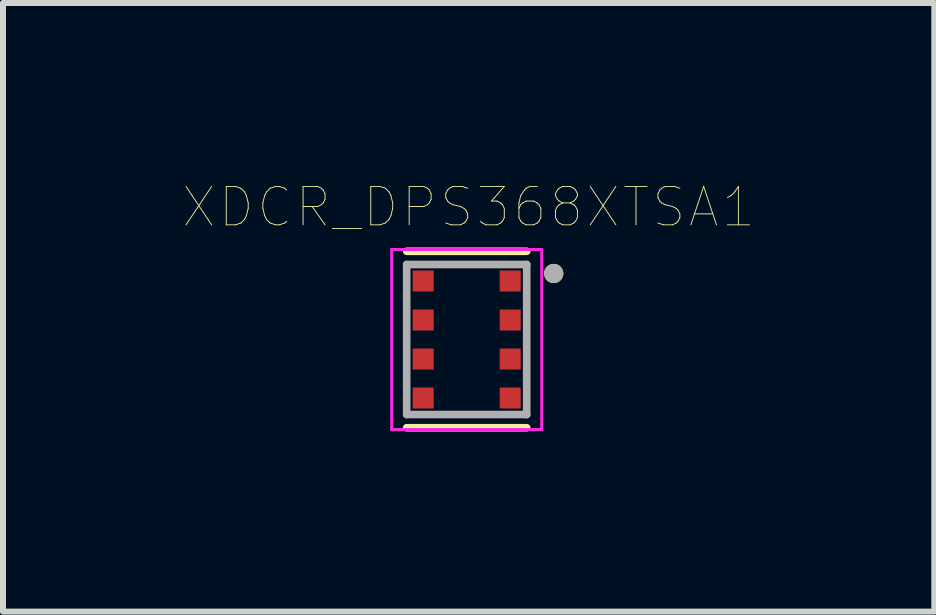
<source format=kicad_pcb>
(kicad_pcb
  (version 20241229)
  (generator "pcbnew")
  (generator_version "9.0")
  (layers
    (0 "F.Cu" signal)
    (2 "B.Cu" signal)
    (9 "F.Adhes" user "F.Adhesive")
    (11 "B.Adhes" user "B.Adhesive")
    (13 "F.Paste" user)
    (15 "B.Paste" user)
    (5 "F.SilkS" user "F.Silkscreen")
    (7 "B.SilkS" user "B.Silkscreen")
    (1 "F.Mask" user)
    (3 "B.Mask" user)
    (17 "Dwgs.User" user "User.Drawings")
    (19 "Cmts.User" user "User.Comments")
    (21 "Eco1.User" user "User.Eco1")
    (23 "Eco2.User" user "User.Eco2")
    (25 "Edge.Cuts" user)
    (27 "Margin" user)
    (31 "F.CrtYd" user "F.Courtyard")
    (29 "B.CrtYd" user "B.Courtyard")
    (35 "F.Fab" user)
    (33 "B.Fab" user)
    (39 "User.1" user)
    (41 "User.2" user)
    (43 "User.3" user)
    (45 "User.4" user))
  (footprint "XDCR_DPS368XTSA1"
    (layer "F.Cu")
    (at 4.726 2.607)
    (property "Reference" "XDCR_DPS368XTSA1" (at 0.032 -2.206 0) (layer "F.SilkS") (effects (font (size 0.64 0.64) (thickness 0.015))))
    (attr through_hole)
    (fp_line (start -1 -1.47) (end 1 -1.47) (stroke (width 0.127) (type solid)) (layer "F.SilkS"))
    (fp_line (start -1 1.47) (end 1 1.47) (stroke (width 0.127) (type solid)) (layer "F.SilkS"))
    (fp_circle (center 1.45 -1.1) (end 1.53 -1.1) (stroke (width 0.16) (type solid)) (fill no) (layer "F.SilkS"))
    (fp_circle (center -0.725 -0.975) (end -0.637 -0.975) (stroke (width 0.175) (type solid)) (fill no) (layer "F.Paste"))
    (fp_circle (center -0.725 -0.325) (end -0.637 -0.325) (stroke (width 0.175) (type solid)) (fill no) (layer "F.Paste"))
    (fp_circle (center -0.725 0.325) (end -0.637 0.325) (stroke (width 0.175) (type solid)) (fill no) (layer "F.Paste"))
    (fp_circle (center -0.725 0.975) (end -0.637 0.975) (stroke (width 0.175) (type solid)) (fill no) (layer "F.Paste"))
    (fp_circle (center 0.725 -0.975) (end 0.812 -0.975) (stroke (width 0.175) (type solid)) (fill no) (layer "F.Paste"))
    (fp_circle (center 0.725 -0.325) (end 0.812 -0.325) (stroke (width 0.175) (type solid)) (fill no) (layer "F.Paste"))
    (fp_circle (center 0.725 0.325) (end 0.812 0.325) (stroke (width 0.175) (type solid)) (fill no) (layer "F.Paste"))
    (fp_circle (center 0.725 0.975) (end 0.812 0.975) (stroke (width 0.175) (type solid)) (fill no) (layer "F.Paste"))
    (fp_line (start -1.25 -1.5) (end 1.25 -1.5) (stroke (width 0.05) (type solid)) (layer "F.CrtYd"))
    (fp_line (start -1.25 1.5) (end -1.25 -1.5) (stroke (width 0.05) (type solid)) (layer "F.CrtYd"))
    (fp_line (start 1.25 -1.5) (end 1.25 1.5) (stroke (width 0.05) (type solid)) (layer "F.CrtYd"))
    (fp_line (start 1.25 1.5) (end -1.25 1.5) (stroke (width 0.05) (type solid)) (layer "F.CrtYd"))
    (fp_line (start -1 -1.25) (end 1 -1.25) (stroke (width 0.127) (type solid)) (layer "F.Fab"))
    (fp_line (start -1 1.25) (end -1 -1.25) (stroke (width 0.127) (type solid)) (layer "F.Fab"))
    (fp_line (start 1 -1.25) (end 1 1.25) (stroke (width 0.127) (type solid)) (layer "F.Fab"))
    (fp_line (start 1 1.25) (end -1 1.25) (stroke (width 0.127) (type solid)) (layer "F.Fab"))
    (fp_circle (center 1.45 -1.1) (end 1.53 -1.1) (stroke (width 0.16) (type solid)) (fill no) (layer "F.Fab"))
    (pad "1" smd rect (at 0.725 -0.975) (size 0.35 0.35) (layers "F.Cu" "F.Mask"))
    (pad "2" smd rect (at 0.725 -0.325) (size 0.35 0.35) (layers "F.Cu" "F.Mask"))
    (pad "3" smd rect (at 0.725 0.325) (size 0.35 0.35) (layers "F.Cu" "F.Mask"))
    (pad "4" smd rect (at 0.725 0.975) (size 0.35 0.35) (layers "F.Cu" "F.Mask"))
    (pad "5" smd rect (at -0.725 0.975) (size 0.35 0.35) (layers "F.Cu" "F.Mask"))
    (pad "6" smd rect (at -0.725 0.325) (size 0.35 0.35) (layers "F.Cu" "F.Mask"))
    (pad "7" smd rect (at -0.725 -0.325) (size 0.35 0.35) (layers "F.Cu" "F.Mask"))
    (pad "8" smd rect (at -0.725 -0.975) (size 0.35 0.35) (layers "F.Cu" "F.Mask")))
  (gr_rect
    (start -3 -3)
    (end 12.517 7.141)
    (stroke (width 0.1) (type default))
    (fill no)
    (layer "Edge.Cuts")))
</source>
